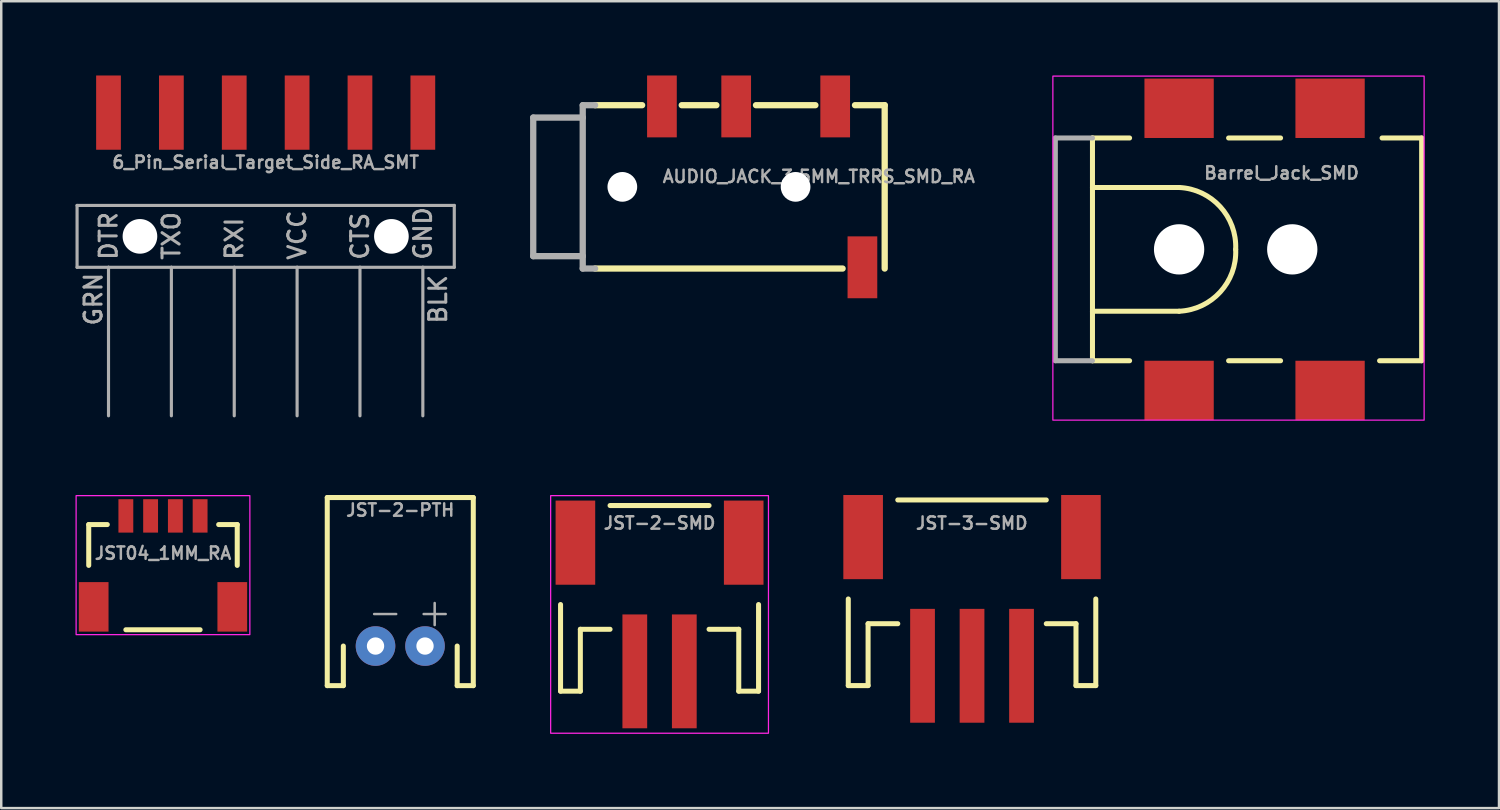
<source format=kicad_pcb>
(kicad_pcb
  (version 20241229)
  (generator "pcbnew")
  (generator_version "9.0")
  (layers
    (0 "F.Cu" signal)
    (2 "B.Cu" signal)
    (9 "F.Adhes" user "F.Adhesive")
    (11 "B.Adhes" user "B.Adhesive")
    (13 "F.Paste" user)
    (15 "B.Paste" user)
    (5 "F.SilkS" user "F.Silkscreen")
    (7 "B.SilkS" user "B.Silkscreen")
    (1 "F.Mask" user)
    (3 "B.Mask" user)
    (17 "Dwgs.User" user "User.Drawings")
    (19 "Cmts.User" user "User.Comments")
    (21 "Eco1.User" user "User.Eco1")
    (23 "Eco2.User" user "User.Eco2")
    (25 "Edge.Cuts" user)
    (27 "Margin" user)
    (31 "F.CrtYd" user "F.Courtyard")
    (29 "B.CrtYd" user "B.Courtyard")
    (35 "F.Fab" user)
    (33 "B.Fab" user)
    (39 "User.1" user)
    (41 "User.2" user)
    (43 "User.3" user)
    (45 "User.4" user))
  (footprint "Barrel_Jack_SMD"
    (layer "F.Cu")
    (at 44.589 7.025)
    (property "Reference" "Barrel_Jack_SMD" (at 4.14 -2.794 0) (layer "F.Fab") (effects (font (size 0.5 0.5) (thickness 0.1)) (justify bottom)))
    (attr smd)
    (fp_line (start -3.5 -4.5) (end -3.5 -2.5) (stroke (width 0.203) (type solid)) (layer "F.SilkS"))
    (fp_line (start -3.5 -4.5) (end -2 -4.5) (stroke (width 0.203) (type solid)) (layer "F.SilkS"))
    (fp_line (start -3.5 -2.5) (end -3.5 2.5) (stroke (width 0.203) (type solid)) (layer "F.SilkS"))
    (fp_line (start -3.5 -2.5) (end 0 -2.5) (stroke (width 0.203) (type solid)) (layer "F.SilkS"))
    (fp_line (start -3.5 2.5) (end -3.5 4.5) (stroke (width 0.203) (type solid)) (layer "F.SilkS"))
    (fp_line (start -2 4.5) (end -3.5 4.5) (stroke (width 0.203) (type solid)) (layer "F.SilkS"))
    (fp_line (start 0 2.5) (end -3.5 2.5) (stroke (width 0.203) (type solid)) (layer "F.SilkS"))
    (fp_line (start 2 -4.5) (end 4.1 -4.5) (stroke (width 0.203) (type solid)) (layer "F.SilkS"))
    (fp_line (start 4.1 4.5) (end 2 4.5) (stroke (width 0.203) (type solid)) (layer "F.SilkS"))
    (fp_line (start 8.2 -4.5) (end 9.8 -4.5) (stroke (width 0.203) (type solid)) (layer "F.SilkS"))
    (fp_line (start 9.8 -4.5) (end 9.8 4.5) (stroke (width 0.203) (type solid)) (layer "F.SilkS"))
    (fp_line (start 9.8 4.5) (end 8.1 4.5) (stroke (width 0.203) (type solid)) (layer "F.SilkS"))
    (fp_arc (start 0 -2.5) (mid 1.660767 -1.723446) (end 2.286 0) (stroke (width 0.2032) (type solid)) (layer "F.SilkS"))
    (fp_arc (start 2.286 0) (mid 1.660767 1.723446) (end 0 2.5) (stroke (width 0.2032) (type solid)) (layer "F.SilkS"))
    (fp_rect (start -5.1 -7) (end 9.9 6.9) (stroke (width 0.05) (type default)) (fill no) (layer "F.CrtYd"))
    (fp_line (start -5 -4.5) (end -5 4.5) (stroke (width 0.203) (type solid)) (layer "F.Fab"))
    (fp_line (start -5 -4.5) (end -3.5 -4.5) (stroke (width 0.203) (type solid)) (layer "F.Fab"))
    (fp_line (start -3.5 4.5) (end -5 4.5) (stroke (width 0.203) (type solid)) (layer "F.Fab"))
    (pad "" np_thru_hole circle (at 0 0) (size 2.032 2.032) (drill 2.032) (layers "*.Cu" "*.Mask"))
    (pad "" np_thru_hole circle (at 4.572 0) (size 2.032 2.032) (drill 2.032) (layers "*.Cu" "*.Mask"))
    (pad "GND" smd rect (at 0 5.7) (size 2.8 2.4) (layers "F.Cu" "F.Mask" "F.Paste"))
    (pad "GNDBREAK" smd rect (at 6.1 5.7) (size 2.8 2.4) (layers "F.Cu" "F.Mask" "F.Paste"))
    (pad "PWR" smd rect (at 0 -5.7) (size 2.8 2.4) (layers "F.Cu" "F.Mask" "F.Paste"))
    (pad "PWR" smd rect (at 6.1 -5.7) (size 2.8 2.4) (layers "F.Cu" "F.Mask" "F.Paste")))
  (footprint "JST-2-SMD"
    (layer "F.Cu")
    (at 23.598 20.375)
    (property "Reference" "JST-2-SMD" (at 0 -2 0) (layer "F.Fab") (effects (font (size 0.5 0.5) (thickness 0.1)) (justify bottom)))
    (fp_line (start -4 1) (end -4 4.5) (stroke (width 0.203) (type solid)) (layer "F.SilkS"))
    (fp_line (start -4 4.5) (end -3.2 4.5) (stroke (width 0.203) (type solid)) (layer "F.SilkS"))
    (fp_line (start -3.2 2) (end -2 2) (stroke (width 0.203) (type solid)) (layer "F.SilkS"))
    (fp_line (start -3.2 4.5) (end -3.2 2) (stroke (width 0.203) (type solid)) (layer "F.SilkS"))
    (fp_line (start 2 -3) (end -2 -3) (stroke (width 0.203) (type solid)) (layer "F.SilkS"))
    (fp_line (start 2 2) (end 3.2 2) (stroke (width 0.203) (type solid)) (layer "F.SilkS"))
    (fp_line (start 3.2 2) (end 3.2 4.5) (stroke (width 0.203) (type solid)) (layer "F.SilkS"))
    (fp_line (start 3.2 4.5) (end 4 4.5) (stroke (width 0.203) (type solid)) (layer "F.SilkS"))
    (fp_line (start 4 4.5) (end 4 1) (stroke (width 0.203) (type solid)) (layer "F.SilkS"))
    (fp_rect (start 4.4 -3.4) (end -4.4 6.2) (stroke (width 0.05) (type default)) (fill no) (layer "F.CrtYd"))
    (pad "1" smd rect (at -1 3.7) (size 1 4.6) (layers "F.Cu" "F.Mask" "F.Paste"))
    (pad "2" smd rect (at 1 3.7) (size 1 4.6) (layers "F.Cu" "F.Mask" "F.Paste"))
    (pad "NC1" smd rect (at -3.4 -1.5 90) (size 3.4 1.6) (layers "F.Cu" "F.Mask" "F.Paste"))
    (pad "NC2" smd rect (at 3.4 -1.5 90) (size 3.4 1.6) (layers "F.Cu" "F.Mask" "F.Paste")))
  (footprint "JST-2-PTH"
    (layer "F.Cu")
    (at 13.122 23.052)
    (property "Reference" "JST-2-PTH" (at 0 -5.2 0) (layer "F.Fab") (effects (font (size 0.5 0.5) (thickness 0.1)) (justify bottom)))
    (fp_line (start -2.95 -6) (end 2.95 -6) (stroke (width 0.203) (type solid)) (layer "F.SilkS"))
    (fp_line (start -2.95 1.6) (end -2.95 -6) (stroke (width 0.203) (type solid)) (layer "F.SilkS"))
    (fp_line (start -2.95 1.6) (end -2.3 1.6) (stroke (width 0.203) (type solid)) (layer "F.SilkS"))
    (fp_line (start -2.3 1.6) (end -2.3 0) (stroke (width 0.203) (type solid)) (layer "F.SilkS"))
    (fp_line (start 2.3 1.6) (end 2.3 0) (stroke (width 0.203) (type solid)) (layer "F.SilkS"))
    (fp_line (start 2.95 -6) (end 2.95 1.6) (stroke (width 0.203) (type solid)) (layer "F.SilkS"))
    (fp_line (start 2.95 1.6) (end 2.3 1.6) (stroke (width 0.203) (type solid)) (layer "F.SilkS"))
    (fp_text user "-" (at -1.4 -0.7 0) (layer "F.Fab") (effects (font (size 1.168 1.168) (thickness 0.102)) (justify left bottom)))
    (fp_text user "+" (at 0.6 -0.7 0) (layer "F.Fab") (effects (font (size 1.168 1.168) (thickness 0.102)) (justify left bottom)))
    (pad "1" thru_hole circle (at -1 0) (size 1.6 1.6) (drill 0.7) (layers "*.Cu" "*.Mask"))
    (pad "2" thru_hole circle (at 1 0) (size 1.6 1.6) (drill 0.7) (layers "*.Cu" "*.Mask")))
  (footprint "AUDIO_JACK_3.5MM_TRRS_SMD_RA"
    (layer "F.Cu")
    (at 20.494 4.5)
    (property "Reference" "AUDIO_JACK_3.5MM_TRRS_SMD_RA" (at 3.175 -0.127 0) (layer "F.Fab") (effects (font (size 0.5 0.5) (thickness 0.1)) (justify left bottom)))
    (fp_line (start 0.5 -3.3) (end 2.4 -3.3) (stroke (width 0.254) (type solid)) (layer "F.SilkS"))
    (fp_line (start 0.5 3.3) (end 10.5 3.3) (stroke (width 0.254) (type solid)) (layer "F.SilkS"))
    (fp_line (start 4 -3.3) (end 5.4 -3.3) (stroke (width 0.254) (type solid)) (layer "F.SilkS"))
    (fp_line (start 7 -3.3) (end 9.4 -3.3) (stroke (width 0.254) (type solid)) (layer "F.SilkS"))
    (fp_line (start 12.2 -3.3) (end 11 -3.3) (stroke (width 0.254) (type solid)) (layer "F.SilkS"))
    (fp_line (start 12.2 -3.3) (end 12.2 3.3) (stroke (width 0.254) (type solid)) (layer "F.SilkS"))
    (fp_line (start -2 -2.8) (end -2 2.8) (stroke (width 0.254) (type solid)) (layer "F.Fab"))
    (fp_line (start -2 2.8) (end 0 2.8) (stroke (width 0.254) (type solid)) (layer "F.Fab"))
    (fp_line (start 0 -3.3) (end 0 -2.8) (stroke (width 0.254) (type solid)) (layer "F.Fab"))
    (fp_line (start 0 -2.8) (end -2 -2.8) (stroke (width 0.254) (type solid)) (layer "F.Fab"))
    (fp_line (start 0 -2.8) (end 0 2.8) (stroke (width 0.254) (type solid)) (layer "F.Fab"))
    (fp_line (start 0 2.8) (end 0 3.3) (stroke (width 0.254) (type solid)) (layer "F.Fab"))
    (fp_line (start 0 3.3) (end 0.5 3.3) (stroke (width 0.254) (type solid)) (layer "F.Fab"))
    (fp_line (start 0.5 -3.3) (end 0 -3.3) (stroke (width 0.254) (type solid)) (layer "F.Fab"))
    (pad "" np_thru_hole circle (at 1.6 0) (size 1.2 1.2) (drill 1.2) (layers "*.Cu" "*.Mask"))
    (pad "" np_thru_hole circle (at 8.6 0) (size 1.2 1.2) (drill 1.2) (layers "*.Cu" "*.Mask"))
    (pad "EARTH" smd rect (at 11.3 3.25) (size 1.2 2.5) (layers "F.Cu" "F.Mask" "F.Paste"))
    (pad "RING1" smd rect (at 6.2 -3.25) (size 1.2 2.5) (layers "F.Cu" "F.Mask" "F.Paste"))
    (pad "RING2" smd rect (at 3.2 -3.25 180) (size 1.2 2.5) (layers "F.Cu" "F.Mask" "F.Paste"))
    (pad "TIP" smd rect (at 10.2 -3.25) (size 1.2 2.5) (layers "F.Cu" "F.Mask" "F.Paste")))
  (footprint "6_Pin_Serial_Target_Side_RA_SMT"
    (layer "F.Cu")
    (at 7.684 6.5)
    (property "Reference" "6_Pin_Serial_Target_Side_RA_SMT" (at 0 -2.7 0) (layer "F.Fab") (effects (font (size 0.5 0.5) (thickness 0.1)) (justify bottom)))
    (fp_line (start -7.62 -1.25) (end -7.62 1.25) (stroke (width 0.127) (type solid)) (layer "F.Fab"))
    (fp_line (start -7.62 1.25) (end -6.35 1.25) (stroke (width 0.127) (type solid)) (layer "F.Fab"))
    (fp_line (start -6.35 1.25) (end -6.35 7.25) (stroke (width 0.127) (type solid)) (layer "F.Fab"))
    (fp_line (start -6.35 1.25) (end -3.81 1.25) (stroke (width 0.127) (type solid)) (layer "F.Fab"))
    (fp_line (start -3.81 1.25) (end -3.81 7.25) (stroke (width 0.127) (type solid)) (layer "F.Fab"))
    (fp_line (start -3.81 1.25) (end -1.27 1.25) (stroke (width 0.127) (type solid)) (layer "F.Fab"))
    (fp_line (start -1.27 1.25) (end -1.27 7.25) (stroke (width 0.127) (type solid)) (layer "F.Fab"))
    (fp_line (start -1.27 1.25) (end 1.27 1.25) (stroke (width 0.127) (type solid)) (layer "F.Fab"))
    (fp_line (start 1.27 1.25) (end 1.27 7.25) (stroke (width 0.127) (type solid)) (layer "F.Fab"))
    (fp_line (start 1.27 1.25) (end 3.81 1.25) (stroke (width 0.127) (type solid)) (layer "F.Fab"))
    (fp_line (start 3.81 1.25) (end 3.81 7.25) (stroke (width 0.127) (type solid)) (layer "F.Fab"))
    (fp_line (start 3.81 1.25) (end 6.35 1.25) (stroke (width 0.127) (type solid)) (layer "F.Fab"))
    (fp_line (start 6.35 1.25) (end 6.35 7.25) (stroke (width 0.127) (type solid)) (layer "F.Fab"))
    (fp_line (start 6.35 1.25) (end 7.62 1.25) (stroke (width 0.127) (type solid)) (layer "F.Fab"))
    (fp_line (start 7.62 -1.25) (end -7.62 -1.25) (stroke (width 0.127) (type solid)) (layer "F.Fab"))
    (fp_line (start 7.62 1.25) (end 7.62 -1.25) (stroke (width 0.127) (type solid)) (layer "F.Fab"))
    (fp_text user "TXO" (at -3.81 1.016 90) (layer "F.Fab") (effects (font (size 0.691 0.691) (thickness 0.122)) (justify left)))
    (fp_text user "DTR" (at -6.35 1.016 90) (layer "F.Fab") (effects (font (size 0.691 0.691) (thickness 0.122)) (justify left)))
    (fp_text user "CTS" (at 3.81 1.016 90) (layer "F.Fab") (effects (font (size 0.691 0.691) (thickness 0.122)) (justify left)))
    (fp_text user "BLK" (at 7.366 2.54 90) (layer "F.Fab") (effects (font (size 0.691 0.691) (thickness 0.122)) (justify bottom)))
    (fp_text user "GRN" (at -7.366 2.54 90) (layer "F.Fab") (effects (font (size 0.691 0.691) (thickness 0.122)) (justify top)))
    (fp_text user "GND" (at 6.35 1.016 90) (layer "F.Fab") (effects (font (size 0.691 0.691) (thickness 0.122)) (justify left)))
    (fp_text user "RXI" (at -1.27 1.016 90) (layer "F.Fab") (effects (font (size 0.691 0.691) (thickness 0.122)) (justify left)))
    (fp_text user "VCC" (at 1.27 1.016 90) (layer "F.Fab") (effects (font (size 0.691 0.691) (thickness 0.122)) (justify left)))
    (pad "" np_thru_hole circle (at -5.08 0) (size 1.4 1.4) (drill 1.4) (layers "*.Cu" "*.Mask"))
    (pad "" np_thru_hole circle (at 5.08 0) (size 1.4 1.4) (drill 1.4) (layers "*.Cu" "*.Mask"))
    (pad "1" smd rect (at -6.35 -5 90) (size 3 1) (layers "F.Cu" "F.Mask" "F.Paste"))
    (pad "2" smd rect (at -3.81 -5 90) (size 3 1) (layers "F.Cu" "F.Mask" "F.Paste"))
    (pad "3" smd rect (at -1.27 -5 90) (size 3 1) (layers "F.Cu" "F.Mask" "F.Paste"))
    (pad "4" smd rect (at 1.27 -5 90) (size 3 1) (layers "F.Cu" "F.Mask" "F.Paste"))
    (pad "5" smd rect (at 3.81 -5 90) (size 3 1) (layers "F.Cu" "F.Mask" "F.Paste"))
    (pad "6" smd rect (at 6.35 -5 90) (size 3 1) (layers "F.Cu" "F.Mask" "F.Paste")))
  (footprint "JST-3-SMD"
    (layer "F.Cu")
    (at 36.213 19.08)
    (property "Reference" "JST-3-SMD" (at 0 -0.7 0) (layer "F.Fab") (effects (font (size 0.5 0.5) (thickness 0.1)) (justify bottom)))
    (fp_line (start -4.99 2.07) (end -4.99 5.57) (stroke (width 0.203) (type solid)) (layer "F.SilkS"))
    (fp_line (start -4.99 5.57) (end -4.19 5.57) (stroke (width 0.203) (type solid)) (layer "F.SilkS"))
    (fp_line (start -4.19 3.07) (end -2.99 3.07) (stroke (width 0.203) (type solid)) (layer "F.SilkS"))
    (fp_line (start -4.19 5.57) (end -4.19 3.07) (stroke (width 0.203) (type solid)) (layer "F.SilkS"))
    (fp_line (start 3.01 -1.93) (end -2.99 -1.93) (stroke (width 0.203) (type solid)) (layer "F.SilkS"))
    (fp_line (start 3.01 3.07) (end 4.21 3.07) (stroke (width 0.203) (type solid)) (layer "F.SilkS"))
    (fp_line (start 4.21 3.07) (end 4.21 5.57) (stroke (width 0.203) (type solid)) (layer "F.SilkS"))
    (fp_line (start 4.21 5.57) (end 5.01 5.57) (stroke (width 0.203) (type solid)) (layer "F.SilkS"))
    (fp_line (start 5.01 5.57) (end 5.01 2.07) (stroke (width 0.203) (type solid)) (layer "F.SilkS"))
    (pad "1" smd rect (at 2.01 4.77) (size 1 4.6) (layers "F.Cu" "F.Mask" "F.Paste"))
    (pad "2" smd rect (at 0.01 4.77) (size 1 4.6) (layers "F.Cu" "F.Mask" "F.Paste"))
    (pad "3" smd rect (at -1.99 4.77) (size 1 4.6) (layers "F.Cu" "F.Mask" "F.Paste"))
    (pad "NC1" smd rect (at -4.39 -0.43 90) (size 3.4 1.6) (layers "F.Cu" "F.Mask" "F.Paste"))
    (pad "NC2" smd rect (at 4.41 -0.43 90) (size 3.4 1.6) (layers "F.Cu" "F.Mask" "F.Paste")))
  (footprint "JST04_1MM_RA"
    (layer "F.Cu")
    (at 3.535 17.794)
    (property "Reference" "JST04_1MM_RA" (at 0 1.8 0) (layer "F.Fab") (effects (font (size 0.5 0.5) (thickness 0.1)) (justify bottom)))
    (fp_line (start -3 0.35) (end -2.25 0.35) (stroke (width 0.203) (type solid)) (layer "F.SilkS"))
    (fp_line (start -3 2) (end -3 0.35) (stroke (width 0.203) (type solid)) (layer "F.SilkS"))
    (fp_line (start -1.5 4.6) (end 1.5 4.6) (stroke (width 0.203) (type solid)) (layer "F.SilkS"))
    (fp_line (start 2.25 0.35) (end 3 0.35) (stroke (width 0.203) (type solid)) (layer "F.SilkS"))
    (fp_line (start 3 0.35) (end 3 2) (stroke (width 0.203) (type solid)) (layer "F.SilkS"))
    (fp_rect (start 3.51 4.797) (end -3.51 -0.819) (stroke (width 0.05) (type default)) (fill no) (layer "F.CrtYd"))
    (pad "1" smd rect (at -1.5 0) (size 0.6 1.35) (layers "F.Cu" "F.Mask" "F.Paste"))
    (pad "2" smd rect (at -0.5 0) (size 0.6 1.35) (layers "F.Cu" "F.Mask" "F.Paste"))
    (pad "3" smd rect (at 0.5 0) (size 0.6 1.35) (layers "F.Cu" "F.Mask" "F.Paste"))
    (pad "4" smd rect (at 1.5 0) (size 0.6 1.35) (layers "F.Cu" "F.Mask" "F.Paste"))
    (pad "NC1" smd rect (at 2.8 3.675) (size 1.2 2) (layers "F.Cu" "F.Mask" "F.Paste"))
    (pad "NC2" smd rect (at -2.8 3.675) (size 1.2 2) (layers "F.Cu" "F.Mask" "F.Paste")))
  (gr_rect
    (start -3 -3)
    (end 57.514 29.6)
    (stroke (width 0.1) (type default))
    (fill no)
    (layer "Edge.Cuts")))
</source>
